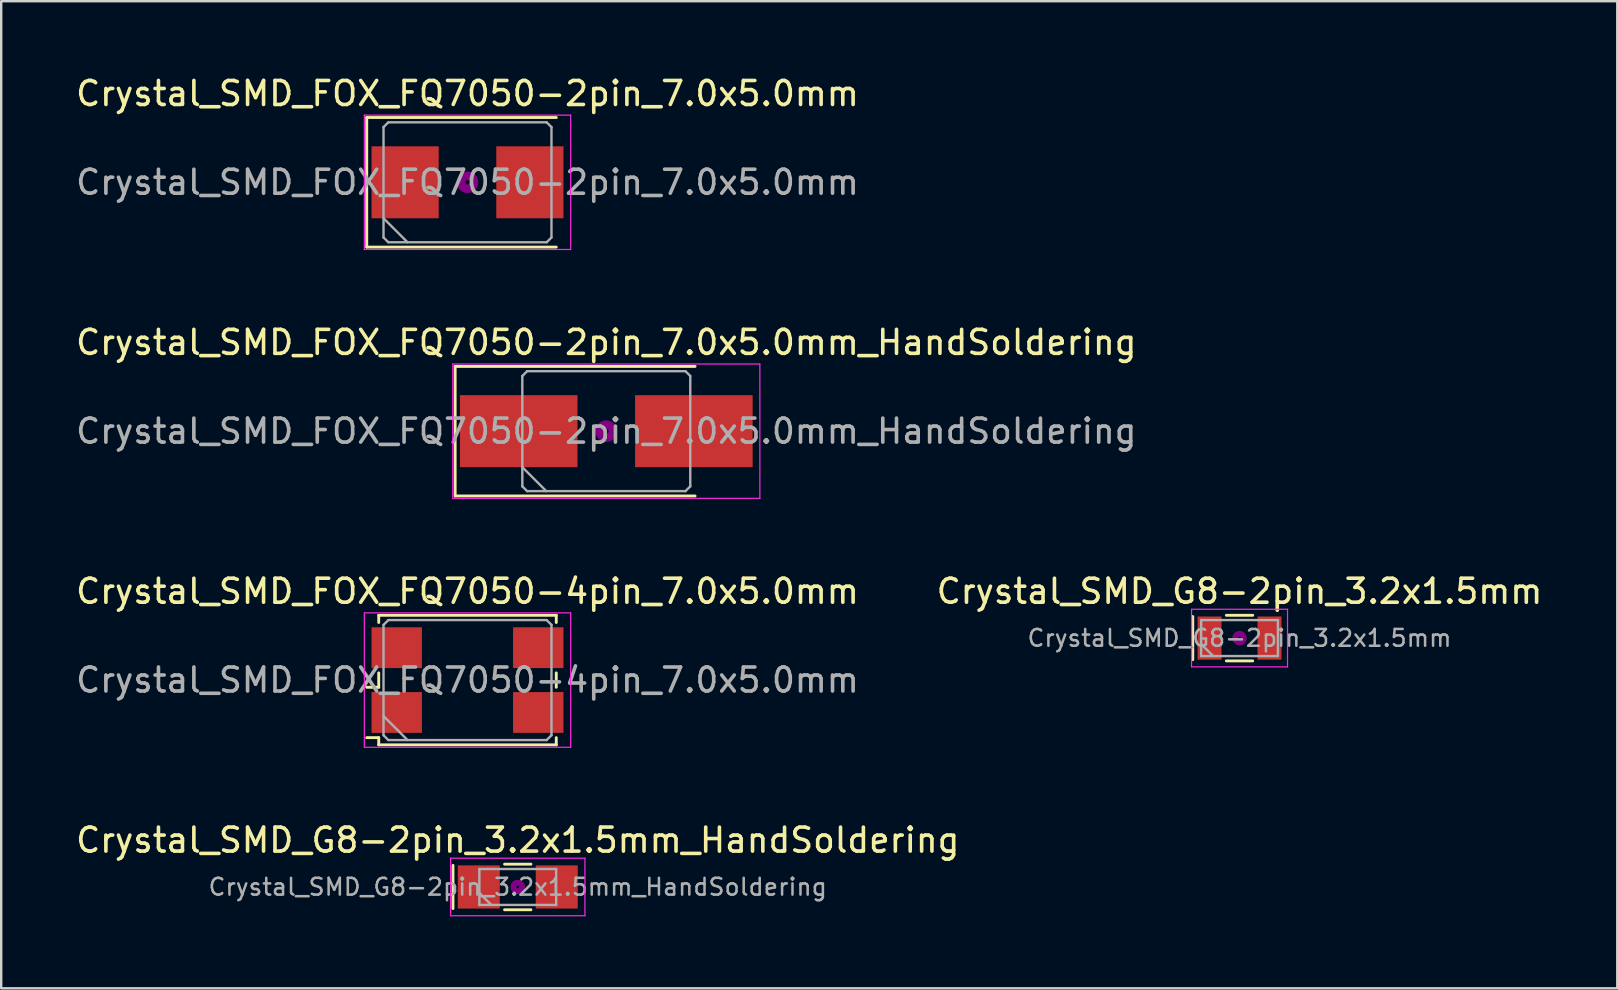
<source format=kicad_pcb>
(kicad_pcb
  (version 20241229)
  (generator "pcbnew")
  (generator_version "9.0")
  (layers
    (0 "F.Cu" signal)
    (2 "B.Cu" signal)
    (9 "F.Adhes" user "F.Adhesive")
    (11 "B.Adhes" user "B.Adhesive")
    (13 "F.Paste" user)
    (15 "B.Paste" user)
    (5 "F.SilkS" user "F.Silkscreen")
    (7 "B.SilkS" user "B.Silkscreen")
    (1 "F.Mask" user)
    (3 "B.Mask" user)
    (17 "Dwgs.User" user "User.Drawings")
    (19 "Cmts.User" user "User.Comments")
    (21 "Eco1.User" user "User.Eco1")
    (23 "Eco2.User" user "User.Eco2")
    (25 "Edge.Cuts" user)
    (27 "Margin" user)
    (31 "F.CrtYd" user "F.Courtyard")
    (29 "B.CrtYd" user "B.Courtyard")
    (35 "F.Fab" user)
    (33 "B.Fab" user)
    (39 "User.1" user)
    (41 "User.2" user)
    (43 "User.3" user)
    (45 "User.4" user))
  (footprint "Crystal_SMD_FOX_FQ7050-2pin_7.0x5.0mm"
    (layer "F.Cu")
    (at 16.435 4.548)
    (property "Reference" "Crystal_SMD_FOX_FQ7050-2pin_7.0x5.0mm" (at 0 -3.7 0) (layer "F.SilkS") (effects (font (size 1 1) (thickness 0.15))))
    (attr smd)
    (fp_line (start -4.2 -2.7) (end -4.2 2.7) (stroke (width 0.12) (type solid)) (layer "F.SilkS"))
    (fp_line (start -4.2 2.7) (end 3.7 2.7) (stroke (width 0.12) (type solid)) (layer "F.SilkS"))
    (fp_line (start 3.7 -2.7) (end -4.2 -2.7) (stroke (width 0.12) (type solid)) (layer "F.SilkS"))
    (fp_circle (center 0 0) (end 0.093 0) (stroke (width 0.187) (type solid)) (fill no) (layer "F.Adhes"))
    (fp_circle (center 0 0) (end 0.213 0) (stroke (width 0.133) (type solid)) (fill no) (layer "F.Adhes"))
    (fp_circle (center 0 0) (end 0.333 0) (stroke (width 0.133) (type solid)) (fill no) (layer "F.Adhes"))
    (fp_circle (center 0 0) (end 0.4 0) (stroke (width 0.1) (type solid)) (fill no) (layer "F.Adhes"))
    (fp_line (start -4.3 -2.8) (end -4.3 2.8) (stroke (width 0.05) (type solid)) (layer "F.CrtYd"))
    (fp_line (start -4.3 2.8) (end 4.3 2.8) (stroke (width 0.05) (type solid)) (layer "F.CrtYd"))
    (fp_line (start 4.3 -2.8) (end -4.3 -2.8) (stroke (width 0.05) (type solid)) (layer "F.CrtYd"))
    (fp_line (start 4.3 2.8) (end 4.3 -2.8) (stroke (width 0.05) (type solid)) (layer "F.CrtYd"))
    (fp_line (start -3.5 -2.3) (end -3.3 -2.5) (stroke (width 0.1) (type solid)) (layer "F.Fab"))
    (fp_line (start -3.5 1.5) (end -2.5 2.5) (stroke (width 0.1) (type solid)) (layer "F.Fab"))
    (fp_line (start -3.5 2.3) (end -3.5 -2.3) (stroke (width 0.1) (type solid)) (layer "F.Fab"))
    (fp_line (start -3.3 -2.5) (end 3.3 -2.5) (stroke (width 0.1) (type solid)) (layer "F.Fab"))
    (fp_line (start -3.3 2.5) (end -3.5 2.3) (stroke (width 0.1) (type solid)) (layer "F.Fab"))
    (fp_line (start 3.3 -2.5) (end 3.5 -2.3) (stroke (width 0.1) (type solid)) (layer "F.Fab"))
    (fp_line (start 3.3 2.5) (end -3.3 2.5) (stroke (width 0.1) (type solid)) (layer "F.Fab"))
    (fp_line (start 3.5 -2.3) (end 3.5 2.3) (stroke (width 0.1) (type solid)) (layer "F.Fab"))
    (fp_line (start 3.5 2.3) (end 3.3 2.5) (stroke (width 0.1) (type solid)) (layer "F.Fab"))
    (fp_text user "${REFERENCE}" (at 0 0 0) (layer "F.Fab") (effects (font (size 1 1) (thickness 0.15))))
    (pad "1" smd rect (at -2.6 0) (size 2.8 3) (layers "F.Cu" "F.Mask" "F.Paste"))
    (pad "2" smd rect (at 2.6 0) (size 2.8 3) (layers "F.Cu" "F.Mask" "F.Paste")))
  (footprint "Crystal_SMD_G8-2pin_3.2x1.5mm_HandSoldering"
    (layer "F.Cu")
    (at 18.53 33.918)
    (property "Reference" "Crystal_SMD_G8-2pin_3.2x1.5mm_HandSoldering" (at 0 -1.95 0) (layer "F.SilkS") (effects (font (size 1 1) (thickness 0.15))))
    (attr smd)
    (fp_line (start -2.7 -0.9) (end -2.7 0.9) (stroke (width 0.12) (type solid)) (layer "F.SilkS"))
    (fp_line (start -0.55 -0.95) (end 0.55 -0.95) (stroke (width 0.12) (type solid)) (layer "F.SilkS"))
    (fp_line (start -0.55 0.95) (end 0.55 0.95) (stroke (width 0.12) (type solid)) (layer "F.SilkS"))
    (fp_circle (center 0 0) (end 0.058 0) (stroke (width 0.117) (type solid)) (fill no) (layer "F.Adhes"))
    (fp_circle (center 0 0) (end 0.133 0) (stroke (width 0.083) (type solid)) (fill no) (layer "F.Adhes"))
    (fp_circle (center 0 0) (end 0.208 0) (stroke (width 0.083) (type solid)) (fill no) (layer "F.Adhes"))
    (fp_circle (center 0 0) (end 0.25 0) (stroke (width 0.1) (type solid)) (fill no) (layer "F.Adhes"))
    (fp_line (start -2.8 -1.2) (end -2.8 1.2) (stroke (width 0.05) (type solid)) (layer "F.CrtYd"))
    (fp_line (start -2.8 1.2) (end 2.8 1.2) (stroke (width 0.05) (type solid)) (layer "F.CrtYd"))
    (fp_line (start 2.8 -1.2) (end -2.8 -1.2) (stroke (width 0.05) (type solid)) (layer "F.CrtYd"))
    (fp_line (start 2.8 1.2) (end 2.8 -1.2) (stroke (width 0.05) (type solid)) (layer "F.CrtYd"))
    (fp_line (start -1.6 -0.75) (end -1.6 0.75) (stroke (width 0.1) (type solid)) (layer "F.Fab"))
    (fp_line (start -1.6 0.25) (end -1.1 0.75) (stroke (width 0.1) (type solid)) (layer "F.Fab"))
    (fp_line (start -1.6 0.75) (end 1.6 0.75) (stroke (width 0.1) (type solid)) (layer "F.Fab"))
    (fp_line (start 1.6 -0.75) (end -1.6 -0.75) (stroke (width 0.1) (type solid)) (layer "F.Fab"))
    (fp_line (start 1.6 0.75) (end 1.6 -0.75) (stroke (width 0.1) (type solid)) (layer "F.Fab"))
    (fp_text user "${REFERENCE}" (at 0 0 0) (layer "F.Fab") (effects (font (size 0.7 0.7) (thickness 0.105))))
    (pad "1" smd rect (at -1.625 0) (size 1.75 1.8) (layers "F.Cu" "F.Mask" "F.Paste"))
    (pad "2" smd rect (at 1.625 0) (size 1.75 1.8) (layers "F.Cu" "F.Mask" "F.Paste")))
  (footprint "Crystal_SMD_FOX_FQ7050-2pin_7.0x5.0mm_HandSoldering"
    (layer "F.Cu")
    (at 22.22 14.921)
    (property "Reference" "Crystal_SMD_FOX_FQ7050-2pin_7.0x5.0mm_HandSoldering" (at 0 -3.7 0) (layer "F.SilkS") (effects (font (size 1 1) (thickness 0.15))))
    (attr smd)
    (fp_line (start -6.3 -2.7) (end -6.3 2.7) (stroke (width 0.12) (type solid)) (layer "F.SilkS"))
    (fp_line (start -6.3 2.7) (end 3.7 2.7) (stroke (width 0.12) (type solid)) (layer "F.SilkS"))
    (fp_line (start 3.7 -2.7) (end -6.3 -2.7) (stroke (width 0.12) (type solid)) (layer "F.SilkS"))
    (fp_circle (center 0 0) (end 0.093 0) (stroke (width 0.187) (type solid)) (fill no) (layer "F.Adhes"))
    (fp_circle (center 0 0) (end 0.213 0) (stroke (width 0.133) (type solid)) (fill no) (layer "F.Adhes"))
    (fp_circle (center 0 0) (end 0.333 0) (stroke (width 0.133) (type solid)) (fill no) (layer "F.Adhes"))
    (fp_circle (center 0 0) (end 0.4 0) (stroke (width 0.1) (type solid)) (fill no) (layer "F.Adhes"))
    (fp_line (start -6.4 -2.8) (end -6.4 2.8) (stroke (width 0.05) (type solid)) (layer "F.CrtYd"))
    (fp_line (start -6.4 2.8) (end 6.4 2.8) (stroke (width 0.05) (type solid)) (layer "F.CrtYd"))
    (fp_line (start 6.4 -2.8) (end -6.4 -2.8) (stroke (width 0.05) (type solid)) (layer "F.CrtYd"))
    (fp_line (start 6.4 2.8) (end 6.4 -2.8) (stroke (width 0.05) (type solid)) (layer "F.CrtYd"))
    (fp_line (start -3.5 -2.3) (end -3.3 -2.5) (stroke (width 0.1) (type solid)) (layer "F.Fab"))
    (fp_line (start -3.5 1.5) (end -2.5 2.5) (stroke (width 0.1) (type solid)) (layer "F.Fab"))
    (fp_line (start -3.5 2.3) (end -3.5 -2.3) (stroke (width 0.1) (type solid)) (layer "F.Fab"))
    (fp_line (start -3.3 -2.5) (end 3.3 -2.5) (stroke (width 0.1) (type solid)) (layer "F.Fab"))
    (fp_line (start -3.3 2.5) (end -3.5 2.3) (stroke (width 0.1) (type solid)) (layer "F.Fab"))
    (fp_line (start 3.3 -2.5) (end 3.5 -2.3) (stroke (width 0.1) (type solid)) (layer "F.Fab"))
    (fp_line (start 3.3 2.5) (end -3.3 2.5) (stroke (width 0.1) (type solid)) (layer "F.Fab"))
    (fp_line (start 3.5 -2.3) (end 3.5 2.3) (stroke (width 0.1) (type solid)) (layer "F.Fab"))
    (fp_line (start 3.5 2.3) (end 3.3 2.5) (stroke (width 0.1) (type solid)) (layer "F.Fab"))
    (fp_text user "${REFERENCE}" (at 0 0 0) (layer "F.Fab") (effects (font (size 1 1) (thickness 0.15))))
    (pad "1" smd rect (at -3.65 0) (size 4.9 3) (layers "F.Cu" "F.Mask" "F.Paste"))
    (pad "2" smd rect (at 3.65 0) (size 4.9 3) (layers "F.Cu" "F.Mask" "F.Paste")))
  (footprint "Crystal_SMD_G8-2pin_3.2x1.5mm"
    (layer "F.Cu")
    (at 48.613 23.545)
    (property "Reference" "Crystal_SMD_G8-2pin_3.2x1.5mm" (at 0 -1.95 0) (layer "F.SilkS") (effects (font (size 1 1) (thickness 0.15))))
    (attr smd)
    (fp_line (start -1.95 -0.9) (end -1.95 0.9) (stroke (width 0.12) (type solid)) (layer "F.SilkS"))
    (fp_line (start -0.55 -0.95) (end 0.55 -0.95) (stroke (width 0.12) (type solid)) (layer "F.SilkS"))
    (fp_line (start -0.55 0.95) (end 0.55 0.95) (stroke (width 0.12) (type solid)) (layer "F.SilkS"))
    (fp_circle (center 0 0) (end 0.058 0) (stroke (width 0.117) (type solid)) (fill no) (layer "F.Adhes"))
    (fp_circle (center 0 0) (end 0.133 0) (stroke (width 0.083) (type solid)) (fill no) (layer "F.Adhes"))
    (fp_circle (center 0 0) (end 0.208 0) (stroke (width 0.083) (type solid)) (fill no) (layer "F.Adhes"))
    (fp_circle (center 0 0) (end 0.25 0) (stroke (width 0.1) (type solid)) (fill no) (layer "F.Adhes"))
    (fp_line (start -2 -1.2) (end -2 1.2) (stroke (width 0.05) (type solid)) (layer "F.CrtYd"))
    (fp_line (start -2 1.2) (end 2 1.2) (stroke (width 0.05) (type solid)) (layer "F.CrtYd"))
    (fp_line (start 2 -1.2) (end -2 -1.2) (stroke (width 0.05) (type solid)) (layer "F.CrtYd"))
    (fp_line (start 2 1.2) (end 2 -1.2) (stroke (width 0.05) (type solid)) (layer "F.CrtYd"))
    (fp_line (start -1.6 -0.75) (end -1.6 0.75) (stroke (width 0.1) (type solid)) (layer "F.Fab"))
    (fp_line (start -1.6 0.25) (end -1.1 0.75) (stroke (width 0.1) (type solid)) (layer "F.Fab"))
    (fp_line (start -1.6 0.75) (end 1.6 0.75) (stroke (width 0.1) (type solid)) (layer "F.Fab"))
    (fp_line (start 1.6 -0.75) (end -1.6 -0.75) (stroke (width 0.1) (type solid)) (layer "F.Fab"))
    (fp_line (start 1.6 0.75) (end 1.6 -0.75) (stroke (width 0.1) (type solid)) (layer "F.Fab"))
    (fp_text user "${REFERENCE}" (at 0 0 0) (layer "F.Fab") (effects (font (size 0.7 0.7) (thickness 0.105))))
    (pad "1" smd rect (at -1.25 0) (size 1 1.8) (layers "F.Cu" "F.Mask" "F.Paste"))
    (pad "2" smd rect (at 1.25 0) (size 1 1.8) (layers "F.Cu" "F.Mask" "F.Paste")))
  (footprint "Crystal_SMD_FOX_FQ7050-4pin_7.0x5.0mm"
    (layer "F.Cu")
    (at 16.435 25.295)
    (property "Reference" "Crystal_SMD_FOX_FQ7050-4pin_7.0x5.0mm" (at 0 -3.7 0) (layer "F.SilkS") (effects (font (size 1 1) (thickness 0.15))))
    (attr smd)
    (fp_line (start -4.2 0.3) (end -3.7 0.3) (stroke (width 0.12) (type solid)) (layer "F.SilkS"))
    (fp_line (start -4.2 2.4) (end -3.7 2.4) (stroke (width 0.12) (type solid)) (layer "F.SilkS"))
    (fp_line (start -3.7 -2.7) (end 3.7 -2.7) (stroke (width 0.12) (type solid)) (layer "F.SilkS"))
    (fp_line (start -3.7 -2.4) (end -3.7 -2.7) (stroke (width 0.12) (type solid)) (layer "F.SilkS"))
    (fp_line (start -3.7 0.3) (end -3.7 -0.3) (stroke (width 0.12) (type solid)) (layer "F.SilkS"))
    (fp_line (start -3.7 2.4) (end -3.7 2.7) (stroke (width 0.12) (type solid)) (layer "F.SilkS"))
    (fp_line (start -3.7 2.7) (end 3.7 2.7) (stroke (width 0.12) (type solid)) (layer "F.SilkS"))
    (fp_line (start 3.7 -2.7) (end 3.7 -2.4) (stroke (width 0.12) (type solid)) (layer "F.SilkS"))
    (fp_line (start 3.7 -0.3) (end 3.7 0.3) (stroke (width 0.12) (type solid)) (layer "F.SilkS"))
    (fp_line (start 3.7 2.7) (end 3.7 2.4) (stroke (width 0.12) (type solid)) (layer "F.SilkS"))
    (fp_line (start -4.3 -2.8) (end -4.3 2.8) (stroke (width 0.05) (type solid)) (layer "F.CrtYd"))
    (fp_line (start -4.3 2.8) (end 4.3 2.8) (stroke (width 0.05) (type solid)) (layer "F.CrtYd"))
    (fp_line (start 4.3 -2.8) (end -4.3 -2.8) (stroke (width 0.05) (type solid)) (layer "F.CrtYd"))
    (fp_line (start 4.3 2.8) (end 4.3 -2.8) (stroke (width 0.05) (type solid)) (layer "F.CrtYd"))
    (fp_line (start -3.5 -2.3) (end -3.3 -2.5) (stroke (width 0.1) (type solid)) (layer "F.Fab"))
    (fp_line (start -3.5 1.5) (end -2.5 2.5) (stroke (width 0.1) (type solid)) (layer "F.Fab"))
    (fp_line (start -3.5 2.3) (end -3.5 -2.3) (stroke (width 0.1) (type solid)) (layer "F.Fab"))
    (fp_line (start -3.3 -2.5) (end 3.3 -2.5) (stroke (width 0.1) (type solid)) (layer "F.Fab"))
    (fp_line (start -3.3 2.5) (end -3.5 2.3) (stroke (width 0.1) (type solid)) (layer "F.Fab"))
    (fp_line (start 3.3 -2.5) (end 3.5 -2.3) (stroke (width 0.1) (type solid)) (layer "F.Fab"))
    (fp_line (start 3.3 2.5) (end -3.3 2.5) (stroke (width 0.1) (type solid)) (layer "F.Fab"))
    (fp_line (start 3.5 -2.3) (end 3.5 2.3) (stroke (width 0.1) (type solid)) (layer "F.Fab"))
    (fp_line (start 3.5 2.3) (end 3.3 2.5) (stroke (width 0.1) (type solid)) (layer "F.Fab"))
    (fp_text user "${REFERENCE}" (at 0 0 0) (layer "F.Fab") (effects (font (size 1 1) (thickness 0.15))))
    (pad "1" smd rect (at -2.95 1.35) (size 2.1 1.7) (layers "F.Cu" "F.Mask" "F.Paste"))
    (pad "2" smd rect (at 2.95 1.35) (size 2.1 1.7) (layers "F.Cu" "F.Mask" "F.Paste"))
    (pad "3" smd rect (at 2.95 -1.35) (size 2.1 1.7) (layers "F.Cu" "F.Mask" "F.Paste"))
    (pad "4" smd rect (at -2.95 -1.35) (size 2.1 1.7) (layers "F.Cu" "F.Mask" "F.Paste")))
  (gr_rect
    (start -3 -3)
    (end 64.357 38.143)
    (stroke (width 0.1) (type default))
    (fill no)
    (layer "Edge.Cuts")))
</source>
